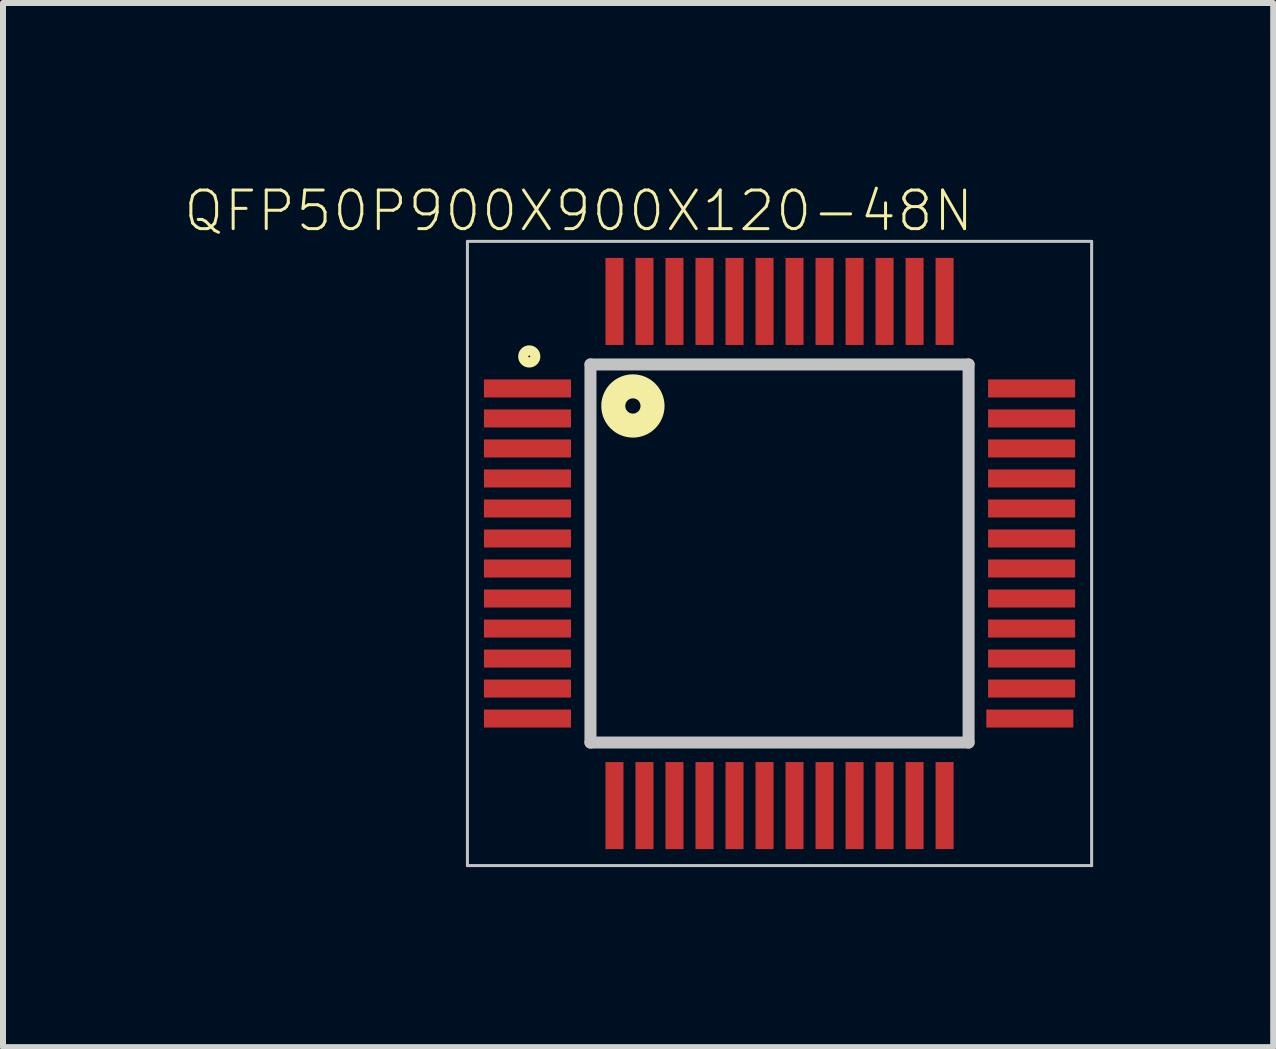
<source format=kicad_pcb>
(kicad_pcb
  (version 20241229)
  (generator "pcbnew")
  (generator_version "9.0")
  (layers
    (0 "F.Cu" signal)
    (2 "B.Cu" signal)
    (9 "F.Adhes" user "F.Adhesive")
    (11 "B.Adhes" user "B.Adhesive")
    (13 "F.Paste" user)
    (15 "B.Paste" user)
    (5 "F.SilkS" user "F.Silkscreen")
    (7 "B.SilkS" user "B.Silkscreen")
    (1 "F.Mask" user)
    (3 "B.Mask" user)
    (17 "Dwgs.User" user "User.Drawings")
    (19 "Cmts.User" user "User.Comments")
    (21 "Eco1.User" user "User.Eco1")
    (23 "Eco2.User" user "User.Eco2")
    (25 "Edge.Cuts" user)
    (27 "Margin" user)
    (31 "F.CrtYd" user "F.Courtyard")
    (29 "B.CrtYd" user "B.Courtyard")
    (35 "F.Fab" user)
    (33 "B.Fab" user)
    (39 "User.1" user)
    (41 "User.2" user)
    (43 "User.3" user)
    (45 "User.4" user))
  (footprint "QFP50P900X900X120-48N"
    (layer "F.Cu")
    (at 9.938 6.172)
    (property "Reference" "QFP50P900X900X120-48N" (at -3.347 -5.708 0) (layer "F.SilkS") (effects (font (size 0.643 0.643) (thickness 0.05))))
    (attr smd)
    (fp_circle (center -4.17 -3.283) (end -4.07 -3.283) (stroke (width 0.17) (type solid)) (fill no) (layer "F.SilkS"))
    (fp_circle (center -2.443 -2.458) (end -2.316 -2.458) (stroke (width 0.4) (type solid)) (fill no) (layer "F.SilkS"))
    (fp_line (start -5.2 -5.2) (end 5.2 -5.2) (stroke (width 0.05) (type solid)) (layer "Dwgs.User"))
    (fp_line (start -5.2 5.2) (end -5.2 -5.2) (stroke (width 0.05) (type solid)) (layer "Dwgs.User"))
    (fp_line (start -3.15 3.15) (end -3.15 -3.15) (stroke (width 0.2) (type solid)) (layer "Dwgs.User"))
    (fp_line (start 3.15 -3.15) (end -3.15 -3.15) (stroke (width 0.2) (type solid)) (layer "Dwgs.User"))
    (fp_line (start 3.15 3.15) (end -3.15 3.15) (stroke (width 0.2) (type solid)) (layer "Dwgs.User"))
    (fp_line (start 3.15 3.15) (end 3.15 -3.15) (stroke (width 0.2) (type solid)) (layer "Dwgs.User"))
    (fp_line (start 5.2 -5.2) (end 5.2 5.2) (stroke (width 0.05) (type solid)) (layer "Dwgs.User"))
    (fp_line (start 5.2 5.2) (end -5.2 5.2) (stroke (width 0.05) (type solid)) (layer "Dwgs.User"))
    (pad "1" smd rect (at -4.2 -2.75 180) (size 1.45 0.3) (layers "F.Cu" "F.Mask" "F.Paste"))
    (pad "2" smd rect (at -4.2 -2.25 180) (size 1.45 0.3) (layers "F.Cu" "F.Mask" "F.Paste"))
    (pad "3" smd rect (at -4.2 -1.75 180) (size 1.45 0.3) (layers "F.Cu" "F.Mask" "F.Paste"))
    (pad "4" smd rect (at -4.2 -1.25 180) (size 1.45 0.3) (layers "F.Cu" "F.Mask" "F.Paste"))
    (pad "5" smd rect (at -4.2 -0.75 180) (size 1.45 0.3) (layers "F.Cu" "F.Mask" "F.Paste"))
    (pad "6" smd rect (at -4.2 -0.25 180) (size 1.45 0.3) (layers "F.Cu" "F.Mask" "F.Paste"))
    (pad "7" smd rect (at -4.2 0.25 180) (size 1.45 0.3) (layers "F.Cu" "F.Mask" "F.Paste"))
    (pad "8" smd rect (at -4.2 0.75 180) (size 1.45 0.3) (layers "F.Cu" "F.Mask" "F.Paste"))
    (pad "9" smd rect (at -4.2 1.25 180) (size 1.45 0.3) (layers "F.Cu" "F.Mask" "F.Paste"))
    (pad "10" smd rect (at -4.2 1.75 180) (size 1.45 0.3) (layers "F.Cu" "F.Mask" "F.Paste"))
    (pad "11" smd rect (at -4.2 2.25 180) (size 1.45 0.3) (layers "F.Cu" "F.Mask" "F.Paste"))
    (pad "12" smd rect (at -4.2 2.75 180) (size 1.45 0.3) (layers "F.Cu" "F.Mask" "F.Paste"))
    (pad "13" smd rect (at -2.75 4.2 270) (size 1.45 0.3) (layers "F.Cu" "F.Mask" "F.Paste"))
    (pad "14" smd rect (at -2.25 4.2 270) (size 1.45 0.3) (layers "F.Cu" "F.Mask" "F.Paste"))
    (pad "15" smd rect (at -1.75 4.2 270) (size 1.45 0.3) (layers "F.Cu" "F.Mask" "F.Paste"))
    (pad "16" smd rect (at -1.25 4.2 270) (size 1.45 0.3) (layers "F.Cu" "F.Mask" "F.Paste"))
    (pad "17" smd rect (at -0.75 4.2 90) (size 1.45 0.3) (layers "F.Cu" "F.Mask" "F.Paste"))
    (pad "18" smd rect (at -0.25 4.2 270) (size 1.45 0.3) (layers "F.Cu" "F.Mask" "F.Paste"))
    (pad "19" smd rect (at 0.25 4.2 90) (size 1.45 0.3) (layers "F.Cu" "F.Mask" "F.Paste"))
    (pad "20" smd rect (at 0.75 4.2 90) (size 1.45 0.3) (layers "F.Cu" "F.Mask" "F.Paste"))
    (pad "21" smd rect (at 1.25 4.2 90) (size 1.45 0.3) (layers "F.Cu" "F.Mask" "F.Paste"))
    (pad "22" smd rect (at 1.75 4.2 90) (size 1.45 0.3) (layers "F.Cu" "F.Mask" "F.Paste"))
    (pad "23" smd rect (at 2.25 4.2 90) (size 1.45 0.3) (layers "F.Cu" "F.Mask" "F.Paste"))
    (pad "24" smd rect (at 2.75 4.2 90) (size 1.45 0.3) (layers "F.Cu" "F.Mask" "F.Paste"))
    (pad "25" smd rect (at 4.17 2.75) (size 1.45 0.3) (layers "F.Cu" "F.Mask" "F.Paste"))
    (pad "26" smd rect (at 4.2 2.25) (size 1.45 0.3) (layers "F.Cu" "F.Mask" "F.Paste"))
    (pad "27" smd rect (at 4.2 1.75) (size 1.45 0.3) (layers "F.Cu" "F.Mask" "F.Paste"))
    (pad "28" smd rect (at 4.2 1.25) (size 1.45 0.3) (layers "F.Cu" "F.Mask" "F.Paste"))
    (pad "29" smd rect (at 4.2 0.75) (size 1.45 0.3) (layers "F.Cu" "F.Mask" "F.Paste"))
    (pad "30" smd rect (at 4.2 0.25) (size 1.45 0.3) (layers "F.Cu" "F.Mask" "F.Paste"))
    (pad "31" smd rect (at 4.2 -0.25) (size 1.45 0.3) (layers "F.Cu" "F.Mask" "F.Paste"))
    (pad "32" smd rect (at 4.2 -0.75) (size 1.45 0.3) (layers "F.Cu" "F.Mask" "F.Paste"))
    (pad "33" smd rect (at 4.2 -1.25) (size 1.45 0.3) (layers "F.Cu" "F.Mask" "F.Paste"))
    (pad "34" smd rect (at 4.2 -1.75) (size 1.45 0.3) (layers "F.Cu" "F.Mask" "F.Paste"))
    (pad "35" smd rect (at 4.2 -2.25) (size 1.45 0.3) (layers "F.Cu" "F.Mask" "F.Paste"))
    (pad "36" smd rect (at 4.2 -2.75) (size 1.45 0.3) (layers "F.Cu" "F.Mask" "F.Paste"))
    (pad "37" smd rect (at 2.75 -4.2 90) (size 1.45 0.3) (layers "F.Cu" "F.Mask" "F.Paste"))
    (pad "38" smd rect (at 2.25 -4.2 90) (size 1.45 0.3) (layers "F.Cu" "F.Mask" "F.Paste"))
    (pad "39" smd rect (at 1.75 -4.2 90) (size 1.45 0.3) (layers "F.Cu" "F.Mask" "F.Paste"))
    (pad "40" smd rect (at 1.25 -4.2 90) (size 1.45 0.3) (layers "F.Cu" "F.Mask" "F.Paste"))
    (pad "41" smd rect (at 0.75 -4.2 90) (size 1.45 0.3) (layers "F.Cu" "F.Mask" "F.Paste"))
    (pad "42" smd rect (at 0.25 -4.2 90) (size 1.45 0.3) (layers "F.Cu" "F.Mask" "F.Paste"))
    (pad "43" smd rect (at -0.25 -4.2 270) (size 1.45 0.3) (layers "F.Cu" "F.Mask" "F.Paste"))
    (pad "44" smd rect (at -0.75 -4.2 270) (size 1.45 0.3) (layers "F.Cu" "F.Mask" "F.Paste"))
    (pad "45" smd rect (at -1.25 -4.2 270) (size 1.45 0.3) (layers "F.Cu" "F.Mask" "F.Paste"))
    (pad "46" smd rect (at -1.75 -4.2 270) (size 1.45 0.3) (layers "F.Cu" "F.Mask" "F.Paste"))
    (pad "47" smd rect (at -2.25 -4.2 270) (size 1.45 0.3) (layers "F.Cu" "F.Mask" "F.Paste"))
    (pad "48" smd rect (at -2.75 -4.2 270) (size 1.45 0.3) (layers "F.Cu" "F.Mask" "F.Paste")))
  (gr_rect
    (start -3 -3)
    (end 18.163 14.397)
    (stroke (width 0.1) (type default))
    (fill no)
    (layer "Edge.Cuts")))
</source>
